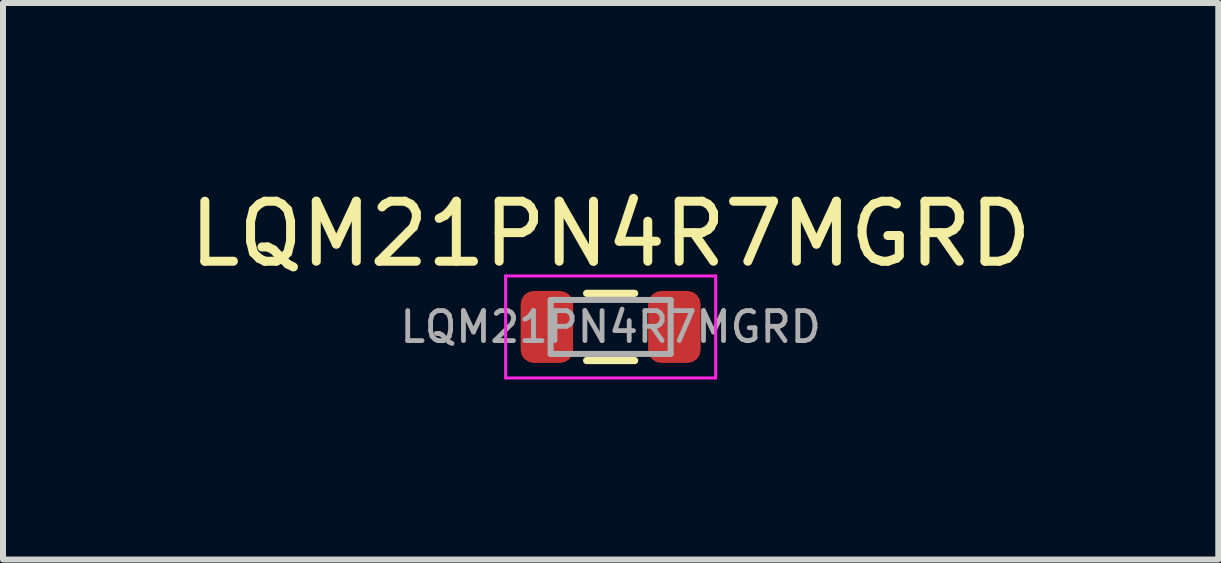
<source format=kicad_pcb>
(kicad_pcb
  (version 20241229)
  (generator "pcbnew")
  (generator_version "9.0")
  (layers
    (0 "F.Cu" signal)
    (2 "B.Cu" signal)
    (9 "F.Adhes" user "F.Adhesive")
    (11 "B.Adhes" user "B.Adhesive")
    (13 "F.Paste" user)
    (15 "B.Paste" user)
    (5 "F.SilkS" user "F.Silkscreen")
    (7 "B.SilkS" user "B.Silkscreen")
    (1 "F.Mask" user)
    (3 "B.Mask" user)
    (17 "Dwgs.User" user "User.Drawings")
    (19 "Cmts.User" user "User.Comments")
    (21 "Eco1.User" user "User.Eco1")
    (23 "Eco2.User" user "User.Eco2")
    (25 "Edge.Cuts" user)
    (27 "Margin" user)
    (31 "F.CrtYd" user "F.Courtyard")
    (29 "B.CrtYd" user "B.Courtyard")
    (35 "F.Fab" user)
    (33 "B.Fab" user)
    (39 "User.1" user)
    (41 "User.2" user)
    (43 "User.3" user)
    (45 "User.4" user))
  (footprint "LQM21PN4R7MGRD"
    (layer "F.Cu")
    (at 7.125 2.398)
    (property "Reference" "LQM21PN4R7MGRD" (at 0 -1.55 0) (layer "F.SilkS") (effects (font (size 1 1) (thickness 0.15))))
    (attr smd)
    (fp_line (start -0.4 -0.56) (end 0.4 -0.56) (stroke (width 0.12) (type solid)) (layer "F.SilkS"))
    (fp_line (start -0.4 0.56) (end 0.4 0.56) (stroke (width 0.12) (type solid)) (layer "F.SilkS"))
    (fp_line (start -1.75 -0.85) (end 1.75 -0.85) (stroke (width 0.05) (type solid)) (layer "F.CrtYd"))
    (fp_line (start -1.75 0.85) (end -1.75 -0.85) (stroke (width 0.05) (type solid)) (layer "F.CrtYd"))
    (fp_line (start 1.75 -0.85) (end 1.75 0.85) (stroke (width 0.05) (type solid)) (layer "F.CrtYd"))
    (fp_line (start 1.75 0.85) (end -1.75 0.85) (stroke (width 0.05) (type solid)) (layer "F.CrtYd"))
    (fp_line (start -1 -0.45) (end 1 -0.45) (stroke (width 0.1) (type solid)) (layer "F.Fab"))
    (fp_line (start -1 0.45) (end -1 -0.45) (stroke (width 0.1) (type solid)) (layer "F.Fab"))
    (fp_line (start 1 -0.45) (end 1 0.45) (stroke (width 0.1) (type solid)) (layer "F.Fab"))
    (fp_line (start 1 0.45) (end -1 0.45) (stroke (width 0.1) (type solid)) (layer "F.Fab"))
    (fp_text user "${REFERENCE}" (at 0 0 0) (layer "F.Fab") (effects (font (size 0.5 0.5) (thickness 0.08))))
    (pad "1" smd roundrect (at -1.062 0) (size 0.875 1.2) (layers "F.Cu" "F.Mask" "F.Paste") (roundrect_rratio 0.25))
    (pad "2" smd roundrect (at 1.062 0) (size 0.875 1.2) (layers "F.Cu" "F.Mask" "F.Paste") (roundrect_rratio 0.25)))
  (gr_rect
    (start -3 -3)
    (end 17.25 6.273)
    (stroke (width 0.1) (type default))
    (fill no)
    (layer "Edge.Cuts")))
</source>
